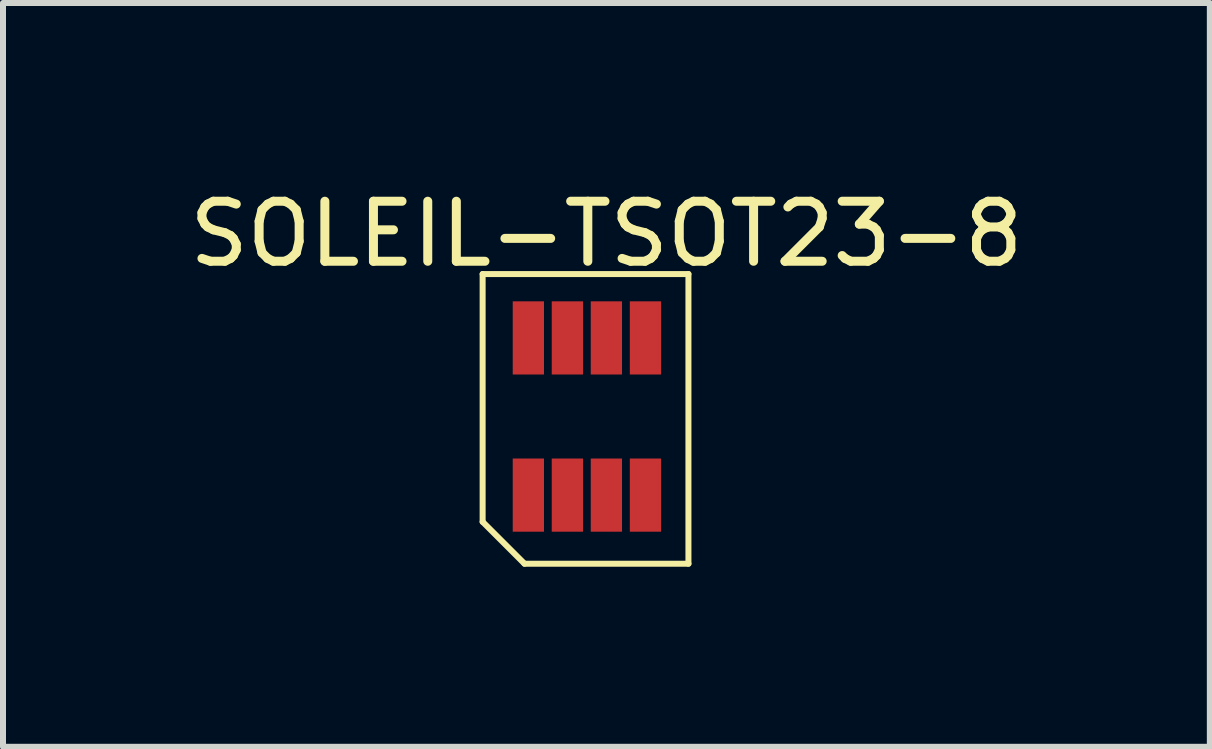
<source format=kicad_pcb>
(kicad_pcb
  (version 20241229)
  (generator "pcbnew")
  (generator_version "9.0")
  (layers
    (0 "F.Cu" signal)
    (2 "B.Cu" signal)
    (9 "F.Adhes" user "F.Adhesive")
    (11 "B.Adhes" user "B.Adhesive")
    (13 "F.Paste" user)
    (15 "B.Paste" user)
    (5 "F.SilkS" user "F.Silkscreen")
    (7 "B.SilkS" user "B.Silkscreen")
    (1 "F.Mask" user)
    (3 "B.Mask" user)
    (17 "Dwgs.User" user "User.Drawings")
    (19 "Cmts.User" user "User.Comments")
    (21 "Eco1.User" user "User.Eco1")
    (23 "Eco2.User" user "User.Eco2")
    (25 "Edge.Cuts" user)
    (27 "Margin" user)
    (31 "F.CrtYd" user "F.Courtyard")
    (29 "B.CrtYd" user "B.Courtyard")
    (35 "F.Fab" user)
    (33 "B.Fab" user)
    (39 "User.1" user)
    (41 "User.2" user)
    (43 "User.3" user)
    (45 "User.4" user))
  (footprint "SOLEIL-TSOT23-8"
    (layer "F.Cu")
    (at 5.753 5.199)
    (property "Reference" "SOLEIL-TSOT23-8" (at 1.3 -4.351 0) (layer "F.SilkS") (effects (font (size 1 1) (thickness 0.15))))
    (attr smd)
    (fp_line (start -0.762 -3.683) (end -0.762 0.445) (stroke (width 0.1) (type solid)) (layer "F.SilkS"))
    (fp_line (start -0.762 0.445) (end -0.064 1.143) (stroke (width 0.1) (type solid)) (layer "F.SilkS"))
    (fp_line (start 2.667 -3.683) (end -0.762 -3.683) (stroke (width 0.1) (type solid)) (layer "F.SilkS"))
    (fp_line (start 2.667 1.143) (end -0.064 1.143) (stroke (width 0.1) (type solid)) (layer "F.SilkS"))
    (fp_line (start 2.667 1.143) (end 2.667 -3.683) (stroke (width 0.1) (type solid)) (layer "F.SilkS"))
    (pad "1" smd rect (at 0 0) (size 0.521 1.219) (layers "F.Cu" "F.Mask" "F.Paste"))
    (pad "2" smd rect (at 0.65 0) (size 0.521 1.219) (layers "F.Cu" "F.Mask" "F.Paste"))
    (pad "3" smd rect (at 1.3 0) (size 0.521 1.219) (layers "F.Cu" "F.Mask" "F.Paste"))
    (pad "4" smd rect (at 1.951 0) (size 0.521 1.219) (layers "F.Cu" "F.Mask" "F.Paste"))
    (pad "5" smd rect (at 1.951 -2.619) (size 0.521 1.219) (layers "F.Cu" "F.Mask" "F.Paste"))
    (pad "6" smd rect (at 1.3 -2.619) (size 0.521 1.219) (layers "F.Cu" "F.Mask" "F.Paste"))
    (pad "7" smd rect (at 0.65 -2.619) (size 0.521 1.219) (layers "F.Cu" "F.Mask" "F.Paste"))
    (pad "8" smd rect (at 0 -2.619) (size 0.521 1.219) (layers "F.Cu" "F.Mask" "F.Paste")))
  (gr_rect
    (start -3 -3)
    (end 17.107 9.392)
    (stroke (width 0.1) (type default))
    (fill no)
    (layer "Edge.Cuts")))
</source>
